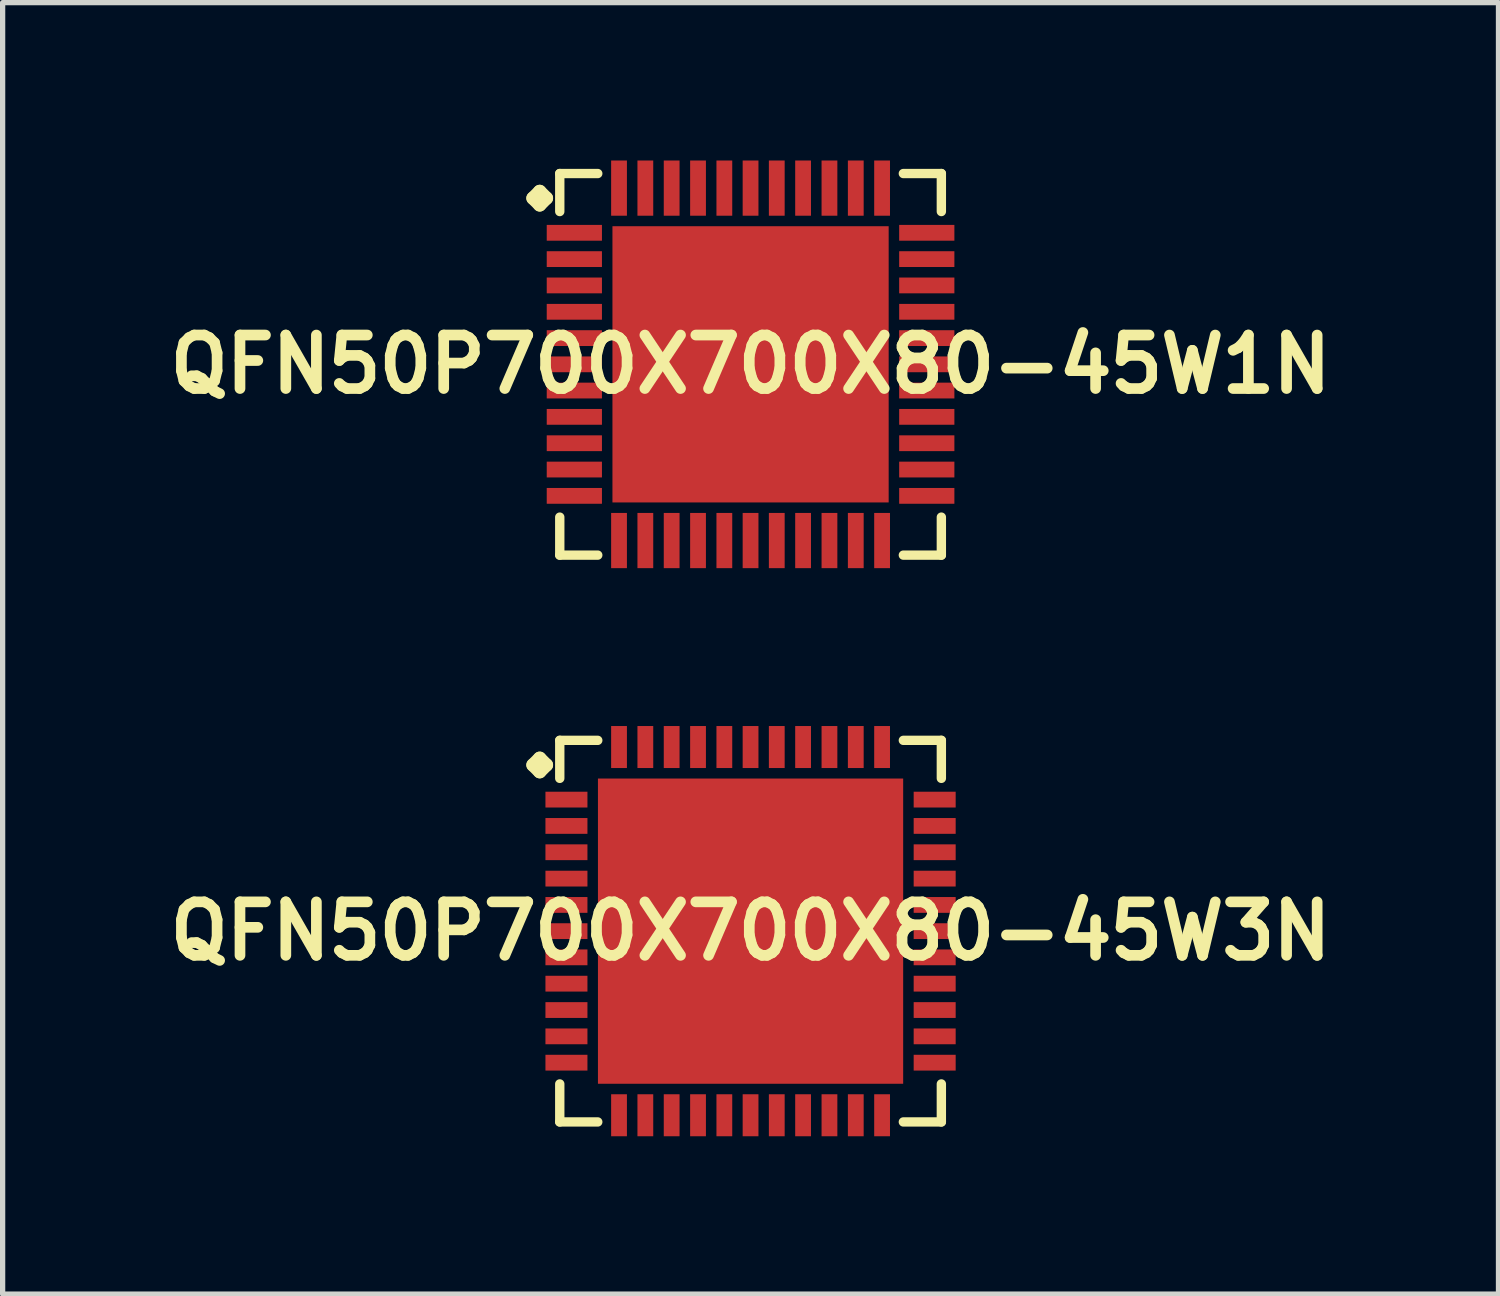
<source format=kicad_pcb>
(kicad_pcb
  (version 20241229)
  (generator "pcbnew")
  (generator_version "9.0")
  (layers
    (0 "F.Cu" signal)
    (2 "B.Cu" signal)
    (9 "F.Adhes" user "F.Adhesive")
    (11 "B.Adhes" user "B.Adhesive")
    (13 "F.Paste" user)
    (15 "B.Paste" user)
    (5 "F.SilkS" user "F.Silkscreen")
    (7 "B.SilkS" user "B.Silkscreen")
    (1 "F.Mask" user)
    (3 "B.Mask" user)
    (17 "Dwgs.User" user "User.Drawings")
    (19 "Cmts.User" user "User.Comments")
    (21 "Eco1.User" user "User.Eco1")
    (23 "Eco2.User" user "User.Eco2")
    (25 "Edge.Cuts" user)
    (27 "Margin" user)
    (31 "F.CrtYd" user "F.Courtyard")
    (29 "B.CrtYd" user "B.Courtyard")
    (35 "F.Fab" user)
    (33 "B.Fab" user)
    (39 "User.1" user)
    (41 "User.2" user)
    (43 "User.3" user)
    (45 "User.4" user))
  (footprint "QFN50P700X700X80-45W1N"
    (layer "F.Cu")
    (at 11.21 3.872)
    (property "Reference" "QFN50P700X700X80-45W1N" (at 0 0 0) (layer "F.SilkS") (effects (font (size 1.016 1.016) (thickness 0.203))))
    (attr smd)
    (fp_line (start -4.133 -3.157) (end -4.006 -3.284) (stroke (width 0.254) (type solid)) (layer "F.SilkS"))
    (fp_line (start -4.006 -3.284) (end -3.879 -3.157) (stroke (width 0.254) (type solid)) (layer "F.SilkS"))
    (fp_line (start -4.006 -3.03) (end -4.133 -3.157) (stroke (width 0.254) (type solid)) (layer "F.SilkS"))
    (fp_line (start -3.879 -3.157) (end -4.006 -3.03) (stroke (width 0.254) (type solid)) (layer "F.SilkS"))
    (fp_line (start -3.625 -3.625) (end -2.903 -3.625) (stroke (width 0.178) (type solid)) (layer "F.SilkS"))
    (fp_line (start -3.625 -2.903) (end -3.625 -3.625) (stroke (width 0.178) (type solid)) (layer "F.SilkS"))
    (fp_line (start -3.625 2.903) (end -3.625 3.625) (stroke (width 0.178) (type solid)) (layer "F.SilkS"))
    (fp_line (start -3.625 3.625) (end -2.903 3.625) (stroke (width 0.178) (type solid)) (layer "F.SilkS"))
    (fp_line (start 2.903 -3.625) (end 3.625 -3.625) (stroke (width 0.178) (type solid)) (layer "F.SilkS"))
    (fp_line (start 2.903 3.625) (end 3.625 3.625) (stroke (width 0.178) (type solid)) (layer "F.SilkS"))
    (fp_line (start 3.625 -3.625) (end 3.625 -2.903) (stroke (width 0.178) (type solid)) (layer "F.SilkS"))
    (fp_line (start 3.625 3.625) (end 3.625 2.903) (stroke (width 0.178) (type solid)) (layer "F.SilkS"))
    (pad "1" smd rect (at -3.348 -2.499) (size 1.049 0.3) (layers "F.Cu" "F.Mask" "F.Paste"))
    (pad "2" smd rect (at -3.348 -1.999) (size 1.049 0.3) (layers "F.Cu" "F.Mask" "F.Paste"))
    (pad "3" smd rect (at -3.348 -1.499) (size 1.049 0.3) (layers "F.Cu" "F.Mask" "F.Paste"))
    (pad "4" smd rect (at -3.348 -0.998) (size 1.049 0.3) (layers "F.Cu" "F.Mask" "F.Paste"))
    (pad "5" smd rect (at -3.348 -0.498) (size 1.049 0.3) (layers "F.Cu" "F.Mask" "F.Paste"))
    (pad "6" smd rect (at -3.348 0) (size 1.049 0.3) (layers "F.Cu" "F.Mask" "F.Paste"))
    (pad "7" smd rect (at -3.348 0.498) (size 1.049 0.3) (layers "F.Cu" "F.Mask" "F.Paste"))
    (pad "8" smd rect (at -3.348 0.998) (size 1.049 0.3) (layers "F.Cu" "F.Mask" "F.Paste"))
    (pad "9" smd rect (at -3.348 1.499) (size 1.049 0.3) (layers "F.Cu" "F.Mask" "F.Paste"))
    (pad "10" smd rect (at -3.348 1.999) (size 1.049 0.3) (layers "F.Cu" "F.Mask" "F.Paste"))
    (pad "11" smd rect (at -3.348 2.499) (size 1.049 0.3) (layers "F.Cu" "F.Mask" "F.Paste"))
    (pad "12" smd rect (at -2.499 3.348) (size 0.3 1.049) (layers "F.Cu" "F.Mask" "F.Paste"))
    (pad "13" smd rect (at -1.999 3.348) (size 0.3 1.049) (layers "F.Cu" "F.Mask" "F.Paste"))
    (pad "14" smd rect (at -1.499 3.348) (size 0.3 1.049) (layers "F.Cu" "F.Mask" "F.Paste"))
    (pad "15" smd rect (at -0.998 3.348) (size 0.3 1.049) (layers "F.Cu" "F.Mask" "F.Paste"))
    (pad "16" smd rect (at -0.498 3.348) (size 0.3 1.049) (layers "F.Cu" "F.Mask" "F.Paste"))
    (pad "17" smd rect (at 0 3.348) (size 0.3 1.049) (layers "F.Cu" "F.Mask" "F.Paste"))
    (pad "18" smd rect (at 0.498 3.348) (size 0.3 1.049) (layers "F.Cu" "F.Mask" "F.Paste"))
    (pad "19" smd rect (at 0.998 3.348) (size 0.3 1.049) (layers "F.Cu" "F.Mask" "F.Paste"))
    (pad "20" smd rect (at 1.499 3.348) (size 0.3 1.049) (layers "F.Cu" "F.Mask" "F.Paste"))
    (pad "21" smd rect (at 1.999 3.348) (size 0.3 1.049) (layers "F.Cu" "F.Mask" "F.Paste"))
    (pad "22" smd rect (at 2.499 3.348) (size 0.3 1.049) (layers "F.Cu" "F.Mask" "F.Paste"))
    (pad "23" smd rect (at 3.348 2.499) (size 1.049 0.3) (layers "F.Cu" "F.Mask" "F.Paste"))
    (pad "24" smd rect (at 3.348 1.999) (size 1.049 0.3) (layers "F.Cu" "F.Mask" "F.Paste"))
    (pad "25" smd rect (at 3.348 1.499) (size 1.049 0.3) (layers "F.Cu" "F.Mask" "F.Paste"))
    (pad "26" smd rect (at 3.348 0.998) (size 1.049 0.3) (layers "F.Cu" "F.Mask" "F.Paste"))
    (pad "27" smd rect (at 3.348 0.498) (size 1.049 0.3) (layers "F.Cu" "F.Mask" "F.Paste"))
    (pad "28" smd rect (at 3.348 0) (size 1.049 0.3) (layers "F.Cu" "F.Mask" "F.Paste"))
    (pad "29" smd rect (at 3.348 -0.498) (size 1.049 0.3) (layers "F.Cu" "F.Mask" "F.Paste"))
    (pad "30" smd rect (at 3.348 -0.998) (size 1.049 0.3) (layers "F.Cu" "F.Mask" "F.Paste"))
    (pad "31" smd rect (at 3.348 -1.499) (size 1.049 0.3) (layers "F.Cu" "F.Mask" "F.Paste"))
    (pad "32" smd rect (at 3.348 -1.999) (size 1.049 0.3) (layers "F.Cu" "F.Mask" "F.Paste"))
    (pad "33" smd rect (at 3.348 -2.499) (size 1.049 0.3) (layers "F.Cu" "F.Mask" "F.Paste"))
    (pad "34" smd rect (at 2.499 -3.348) (size 0.3 1.049) (layers "F.Cu" "F.Mask" "F.Paste"))
    (pad "35" smd rect (at 1.999 -3.348) (size 0.3 1.049) (layers "F.Cu" "F.Mask" "F.Paste"))
    (pad "36" smd rect (at 1.499 -3.348) (size 0.3 1.049) (layers "F.Cu" "F.Mask" "F.Paste"))
    (pad "37" smd rect (at 0.998 -3.348) (size 0.3 1.049) (layers "F.Cu" "F.Mask" "F.Paste"))
    (pad "38" smd rect (at 0.498 -3.348) (size 0.3 1.049) (layers "F.Cu" "F.Mask" "F.Paste"))
    (pad "39" smd rect (at 0 -3.348) (size 0.3 1.049) (layers "F.Cu" "F.Mask" "F.Paste"))
    (pad "40" smd rect (at -0.498 -3.348) (size 0.3 1.049) (layers "F.Cu" "F.Mask" "F.Paste"))
    (pad "41" smd rect (at -0.998 -3.348) (size 0.3 1.049) (layers "F.Cu" "F.Mask" "F.Paste"))
    (pad "42" smd rect (at -1.499 -3.348) (size 0.3 1.049) (layers "F.Cu" "F.Mask" "F.Paste"))
    (pad "43" smd rect (at -1.999 -3.348) (size 0.3 1.049) (layers "F.Cu" "F.Mask" "F.Paste"))
    (pad "44" smd rect (at -2.499 -3.348) (size 0.3 1.049) (layers "F.Cu" "F.Mask" "F.Paste"))
    (pad "45" smd rect (at 0 0) (size 5.248 5.248) (layers "F.Cu" "F.Mask" "F.Paste")))
  (footprint "QFN50P700X700X80-45W3N"
    (layer "F.Cu")
    (at 11.21 14.641)
    (property "Reference" "QFN50P700X700X80-45W3N" (at 0 0 0) (layer "F.SilkS") (effects (font (size 1.016 1.016) (thickness 0.203))))
    (attr smd)
    (fp_line (start -4.133 -3.157) (end -4.006 -3.284) (stroke (width 0.254) (type solid)) (layer "F.SilkS"))
    (fp_line (start -4.006 -3.284) (end -3.879 -3.157) (stroke (width 0.254) (type solid)) (layer "F.SilkS"))
    (fp_line (start -4.006 -3.03) (end -4.133 -3.157) (stroke (width 0.254) (type solid)) (layer "F.SilkS"))
    (fp_line (start -3.879 -3.157) (end -4.006 -3.03) (stroke (width 0.254) (type solid)) (layer "F.SilkS"))
    (fp_line (start -3.625 -3.625) (end -2.903 -3.625) (stroke (width 0.178) (type solid)) (layer "F.SilkS"))
    (fp_line (start -3.625 -2.903) (end -3.625 -3.625) (stroke (width 0.178) (type solid)) (layer "F.SilkS"))
    (fp_line (start -3.625 2.903) (end -3.625 3.625) (stroke (width 0.178) (type solid)) (layer "F.SilkS"))
    (fp_line (start -3.625 3.625) (end -2.903 3.625) (stroke (width 0.178) (type solid)) (layer "F.SilkS"))
    (fp_line (start 2.903 -3.625) (end 3.625 -3.625) (stroke (width 0.178) (type solid)) (layer "F.SilkS"))
    (fp_line (start 2.903 3.625) (end 3.625 3.625) (stroke (width 0.178) (type solid)) (layer "F.SilkS"))
    (fp_line (start 3.625 -3.625) (end 3.625 -2.903) (stroke (width 0.178) (type solid)) (layer "F.SilkS"))
    (fp_line (start 3.625 3.625) (end 3.625 2.903) (stroke (width 0.178) (type solid)) (layer "F.SilkS"))
    (pad "1" smd rect (at -3.498 -2.499) (size 0.798 0.3) (layers "F.Cu" "F.Mask" "F.Paste"))
    (pad "2" smd rect (at -3.498 -1.999) (size 0.798 0.3) (layers "F.Cu" "F.Mask" "F.Paste"))
    (pad "3" smd rect (at -3.498 -1.499) (size 0.798 0.3) (layers "F.Cu" "F.Mask" "F.Paste"))
    (pad "4" smd rect (at -3.498 -0.998) (size 0.798 0.3) (layers "F.Cu" "F.Mask" "F.Paste"))
    (pad "5" smd rect (at -3.498 -0.498) (size 0.798 0.3) (layers "F.Cu" "F.Mask" "F.Paste"))
    (pad "6" smd rect (at -3.498 0) (size 0.798 0.3) (layers "F.Cu" "F.Mask" "F.Paste"))
    (pad "7" smd rect (at -3.498 0.498) (size 0.798 0.3) (layers "F.Cu" "F.Mask" "F.Paste"))
    (pad "8" smd rect (at -3.498 0.998) (size 0.798 0.3) (layers "F.Cu" "F.Mask" "F.Paste"))
    (pad "9" smd rect (at -3.498 1.499) (size 0.798 0.3) (layers "F.Cu" "F.Mask" "F.Paste"))
    (pad "10" smd rect (at -3.498 1.999) (size 0.798 0.3) (layers "F.Cu" "F.Mask" "F.Paste"))
    (pad "11" smd rect (at -3.498 2.499) (size 0.798 0.3) (layers "F.Cu" "F.Mask" "F.Paste"))
    (pad "12" smd rect (at -2.499 3.498) (size 0.3 0.798) (layers "F.Cu" "F.Mask" "F.Paste"))
    (pad "13" smd rect (at -1.999 3.498) (size 0.3 0.798) (layers "F.Cu" "F.Mask" "F.Paste"))
    (pad "14" smd rect (at -1.499 3.498) (size 0.3 0.798) (layers "F.Cu" "F.Mask" "F.Paste"))
    (pad "15" smd rect (at -0.998 3.498) (size 0.3 0.798) (layers "F.Cu" "F.Mask" "F.Paste"))
    (pad "16" smd rect (at -0.498 3.498) (size 0.3 0.798) (layers "F.Cu" "F.Mask" "F.Paste"))
    (pad "17" smd rect (at 0 3.498) (size 0.3 0.798) (layers "F.Cu" "F.Mask" "F.Paste"))
    (pad "18" smd rect (at 0.498 3.498) (size 0.3 0.798) (layers "F.Cu" "F.Mask" "F.Paste"))
    (pad "19" smd rect (at 0.998 3.498) (size 0.3 0.798) (layers "F.Cu" "F.Mask" "F.Paste"))
    (pad "20" smd rect (at 1.499 3.498) (size 0.3 0.798) (layers "F.Cu" "F.Mask" "F.Paste"))
    (pad "21" smd rect (at 1.999 3.498) (size 0.3 0.798) (layers "F.Cu" "F.Mask" "F.Paste"))
    (pad "22" smd rect (at 2.499 3.498) (size 0.3 0.798) (layers "F.Cu" "F.Mask" "F.Paste"))
    (pad "23" smd rect (at 3.498 2.499) (size 0.798 0.3) (layers "F.Cu" "F.Mask" "F.Paste"))
    (pad "24" smd rect (at 3.498 1.999) (size 0.798 0.3) (layers "F.Cu" "F.Mask" "F.Paste"))
    (pad "25" smd rect (at 3.498 1.499) (size 0.798 0.3) (layers "F.Cu" "F.Mask" "F.Paste"))
    (pad "26" smd rect (at 3.498 0.998) (size 0.798 0.3) (layers "F.Cu" "F.Mask" "F.Paste"))
    (pad "27" smd rect (at 3.498 0.498) (size 0.798 0.3) (layers "F.Cu" "F.Mask" "F.Paste"))
    (pad "28" smd rect (at 3.498 0) (size 0.798 0.3) (layers "F.Cu" "F.Mask" "F.Paste"))
    (pad "29" smd rect (at 3.498 -0.498) (size 0.798 0.3) (layers "F.Cu" "F.Mask" "F.Paste"))
    (pad "30" smd rect (at 3.498 -0.998) (size 0.798 0.3) (layers "F.Cu" "F.Mask" "F.Paste"))
    (pad "31" smd rect (at 3.498 -1.499) (size 0.798 0.3) (layers "F.Cu" "F.Mask" "F.Paste"))
    (pad "32" smd rect (at 3.498 -1.999) (size 0.798 0.3) (layers "F.Cu" "F.Mask" "F.Paste"))
    (pad "33" smd rect (at 3.498 -2.499) (size 0.798 0.3) (layers "F.Cu" "F.Mask" "F.Paste"))
    (pad "34" smd rect (at 2.499 -3.498) (size 0.3 0.798) (layers "F.Cu" "F.Mask" "F.Paste"))
    (pad "35" smd rect (at 1.999 -3.498) (size 0.3 0.798) (layers "F.Cu" "F.Mask" "F.Paste"))
    (pad "36" smd rect (at 1.499 -3.498) (size 0.3 0.798) (layers "F.Cu" "F.Mask" "F.Paste"))
    (pad "37" smd rect (at 0.998 -3.498) (size 0.3 0.798) (layers "F.Cu" "F.Mask" "F.Paste"))
    (pad "38" smd rect (at 0.498 -3.498) (size 0.3 0.798) (layers "F.Cu" "F.Mask" "F.Paste"))
    (pad "39" smd rect (at 0 -3.498) (size 0.3 0.798) (layers "F.Cu" "F.Mask" "F.Paste"))
    (pad "40" smd rect (at -0.498 -3.498) (size 0.3 0.798) (layers "F.Cu" "F.Mask" "F.Paste"))
    (pad "41" smd rect (at -0.998 -3.498) (size 0.3 0.798) (layers "F.Cu" "F.Mask" "F.Paste"))
    (pad "42" smd rect (at -1.499 -3.498) (size 0.3 0.798) (layers "F.Cu" "F.Mask" "F.Paste"))
    (pad "43" smd rect (at -1.999 -3.498) (size 0.3 0.798) (layers "F.Cu" "F.Mask" "F.Paste"))
    (pad "44" smd rect (at -2.499 -3.498) (size 0.3 0.798) (layers "F.Cu" "F.Mask" "F.Paste"))
    (pad "45" smd rect (at 0 0) (size 5.799 5.799) (layers "F.Cu" "F.Mask" "F.Paste")))
  (gr_rect
    (start -3 -3)
    (end 25.42 21.537)
    (stroke (width 0.1) (type default))
    (fill no)
    (layer "Edge.Cuts")))
</source>
